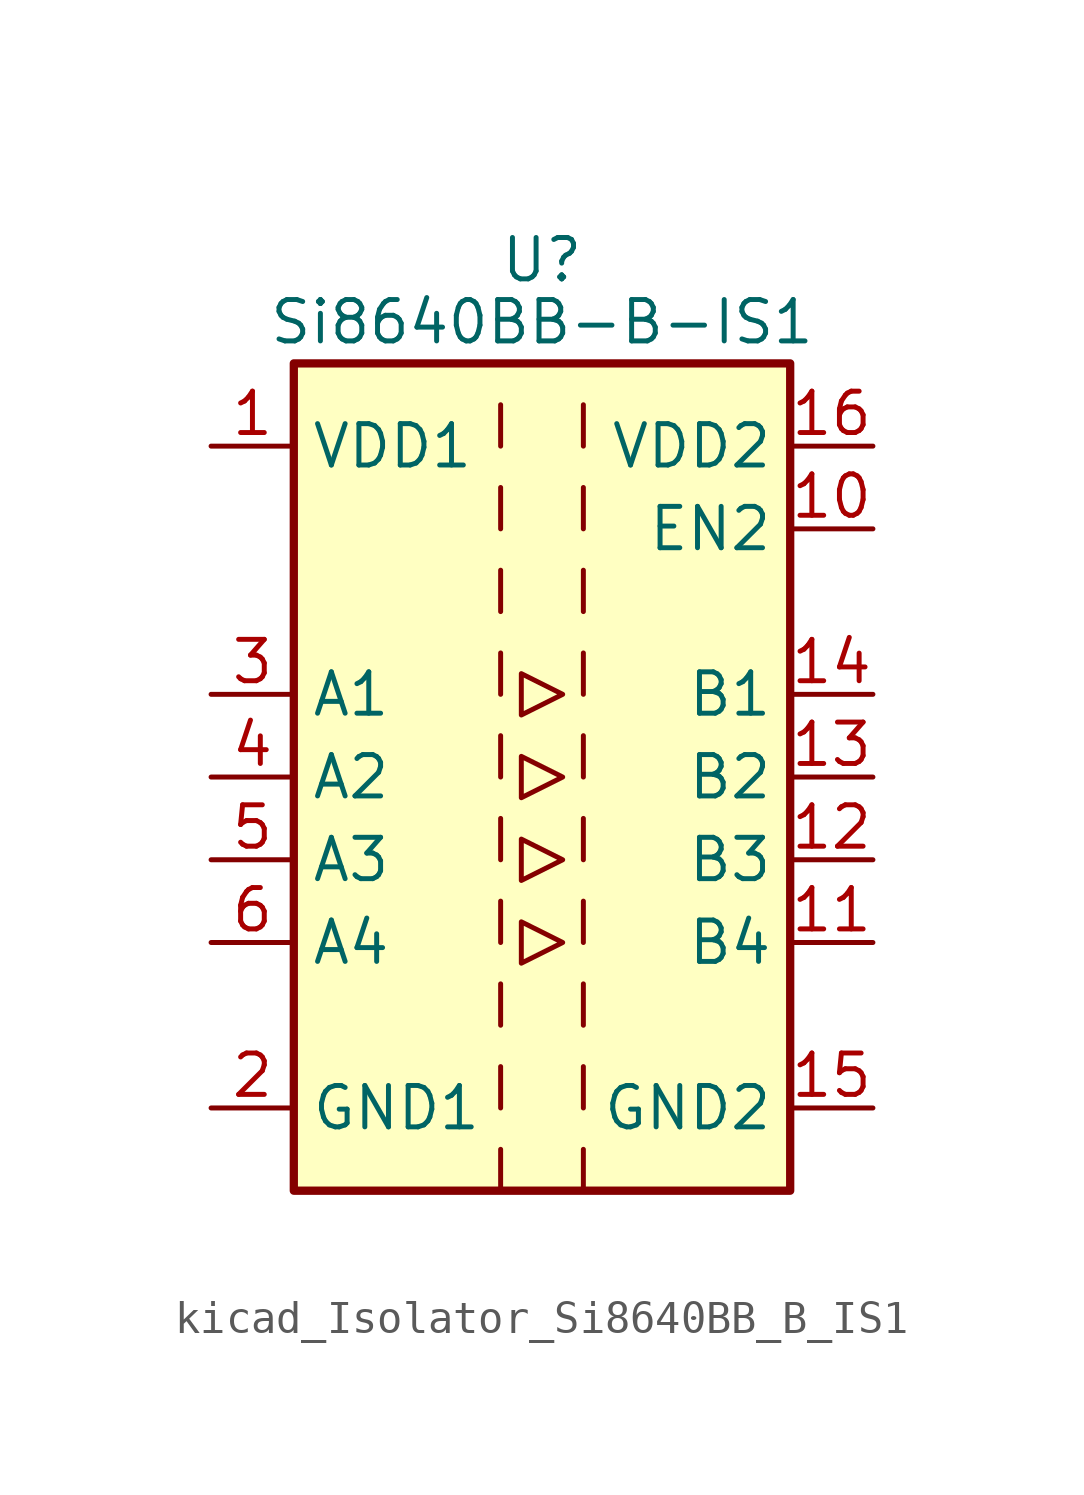
<source format=kicad_sym>
(kicad_symbol_lib
  (version 20220914)
  (generator kicad_symbol_editor)
  (symbol "kicad_Isolator_Si8640BB_B_IS1"
    (property "Reference" "U"
      (at 0 15.875 0)
      (effects (font (size 1.27 1.27))))
    (property "Value" "Si8640BB-B-IS1"
      (at 0 13.97 0)
      (effects (font (size 1.27 1.27))))
    (symbol "kicad_Isolator_Si8640BB_B_IS1_0_1"
      (rectangle (start -7.62 12.7) (end 7.62 -12.7) (stroke (width 0.254) (type default)) (fill (type background)))
      (polyline (pts (xy -1.27 -11.43) (xy -1.27 -12.7)) (stroke (width 0) (type default)) (fill (type none)))
      (polyline (pts (xy -1.27 -8.89) (xy -1.27 -10.16)) (stroke (width 0) (type default)) (fill (type none)))
      (polyline (pts (xy -1.27 -6.35) (xy -1.27 -7.62)) (stroke (width 0) (type default)) (fill (type none)))
      (polyline (pts (xy -1.27 -3.81) (xy -1.27 -5.08)) (stroke (width 0) (type default)) (fill (type none)))
      (polyline (pts (xy -1.27 -1.27) (xy -1.27 -2.54)) (stroke (width 0) (type default)) (fill (type none)))
      (polyline (pts (xy -1.27 1.27) (xy -1.27 0)) (stroke (width 0) (type default)) (fill (type none)))
      (polyline (pts (xy -1.27 3.81) (xy -1.27 2.54)) (stroke (width 0) (type default)) (fill (type none)))
      (polyline (pts (xy -1.27 6.35) (xy -1.27 5.08)) (stroke (width 0) (type default)) (fill (type none)))
      (polyline (pts (xy -1.27 8.89) (xy -1.27 7.62)) (stroke (width 0) (type default)) (fill (type none)))
      (polyline (pts (xy -1.27 11.43) (xy -1.27 10.16)) (stroke (width 0) (type default)) (fill (type none)))
      (polyline (pts (xy 1.27 -11.43) (xy 1.27 -12.7)) (stroke (width 0) (type default)) (fill (type none)))
      (polyline (pts (xy 1.27 -8.89) (xy 1.27 -10.16)) (stroke (width 0) (type default)) (fill (type none)))
      (polyline (pts (xy 1.27 -6.35) (xy 1.27 -7.62)) (stroke (width 0) (type default)) (fill (type none)))
      (polyline (pts (xy 1.27 -3.81) (xy 1.27 -5.08)) (stroke (width 0) (type default)) (fill (type none)))
      (polyline (pts (xy 1.27 -1.27) (xy 1.27 -2.54)) (stroke (width 0) (type default)) (fill (type none)))
      (polyline (pts (xy 1.27 1.27) (xy 1.27 0)) (stroke (width 0) (type default)) (fill (type none)))
      (polyline (pts (xy 1.27 3.81) (xy 1.27 2.54)) (stroke (width 0) (type default)) (fill (type none)))
      (polyline (pts (xy 1.27 6.35) (xy 1.27 5.08)) (stroke (width 0) (type default)) (fill (type none)))
      (polyline (pts (xy 1.27 8.89) (xy 1.27 7.62)) (stroke (width 0) (type default)) (fill (type none)))
      (polyline (pts (xy 1.27 11.43) (xy 1.27 10.16)) (stroke (width 0) (type default)) (fill (type none)))
      (polyline (pts (xy -0.635 0.635) (xy -0.635 -0.635) (xy 0.635 0) (xy -0.635 0.635)) (stroke (width 0) (type default)) (fill (type none)))
      (polyline (pts (xy -0.635 3.175) (xy -0.635 1.905) (xy 0.635 2.54) (xy -0.635 3.175)) (stroke (width 0) (type default)) (fill (type none)))
      (polyline (pts (xy 0.635 -5.08) (xy -0.635 -4.445) (xy -0.635 -5.715) (xy 0.635 -5.08)) (stroke (width 0) (type default)) (fill (type none)))
      (polyline (pts (xy 0.635 -2.54) (xy -0.635 -1.905) (xy -0.635 -3.175) (xy 0.635 -2.54)) (stroke (width 0) (type default)) (fill (type none))))
    (symbol "kicad_Isolator_Si8640BB_B_IS1_1_1"
      (pin power_in line (at -10.16 10.16 0) (length 2.54) (name "VDD1" (effects (font (size 1.27 1.27)))) (number "1" (effects (font (size 1.27 1.27)))))
      (pin input line (at 10.16 7.62 180) (length 2.54) (name "EN2" (effects (font (size 1.27 1.27)))) (number "10" (effects (font (size 1.27 1.27)))))
      (pin output line (at 10.16 -5.08 180) (length 2.54) (name "B4" (effects (font (size 1.27 1.27)))) (number "11" (effects (font (size 1.27 1.27)))))
      (pin output line (at 10.16 -2.54 180) (length 2.54) (name "B3" (effects (font (size 1.27 1.27)))) (number "12" (effects (font (size 1.27 1.27)))))
      (pin output line (at 10.16 0 180) (length 2.54) (name "B2" (effects (font (size 1.27 1.27)))) (number "13" (effects (font (size 1.27 1.27)))))
      (pin output line (at 10.16 2.54 180) (length 2.54) (name "B1" (effects (font (size 1.27 1.27)))) (number "14" (effects (font (size 1.27 1.27)))))
      (pin power_in line (at 10.16 -10.16 180) (length 2.54) (name "GND2" (effects (font (size 1.27 1.27)))) (number "15" (effects (font (size 1.27 1.27)))))
      (pin power_in line (at 10.16 10.16 180) (length 2.54) (name "VDD2" (effects (font (size 1.27 1.27)))) (number "16" (effects (font (size 1.27 1.27)))))
      (pin power_in line (at -10.16 -10.16 0) (length 2.54) (name "GND1" (effects (font (size 1.27 1.27)))) (number "2" (effects (font (size 1.27 1.27)))))
      (pin input line (at -10.16 2.54 0) (length 2.54) (name "A1" (effects (font (size 1.27 1.27)))) (number "3" (effects (font (size 1.27 1.27)))))
      (pin input line (at -10.16 0 0) (length 2.54) (name "A2" (effects (font (size 1.27 1.27)))) (number "4" (effects (font (size 1.27 1.27)))))
      (pin input line (at -10.16 -2.54 0) (length 2.54) (name "A3" (effects (font (size 1.27 1.27)))) (number "5" (effects (font (size 1.27 1.27)))))
      (pin input line (at -10.16 -5.08 0) (length 2.54) (name "A4" (effects (font (size 1.27 1.27)))) (number "6" (effects (font (size 1.27 1.27)))))
      (pin no_connect line (at -7.62 7.62 0) (length 2.54) hide (name "NC" (effects (font (size 1.27 1.27)))) (number "7" (effects (font (size 1.27 1.27)))))
      (pin passive line (at -10.16 -10.16 0) (length 2.54) hide (name "GND1" (effects (font (size 1.27 1.27)))) (number "8" (effects (font (size 1.27 1.27)))))
      (pin passive line (at 10.16 -10.16 180) (length 2.54) hide (name "GND2" (effects (font (size 1.27 1.27)))) (number "9" (effects (font (size 1.27 1.27))))))))
</source>
